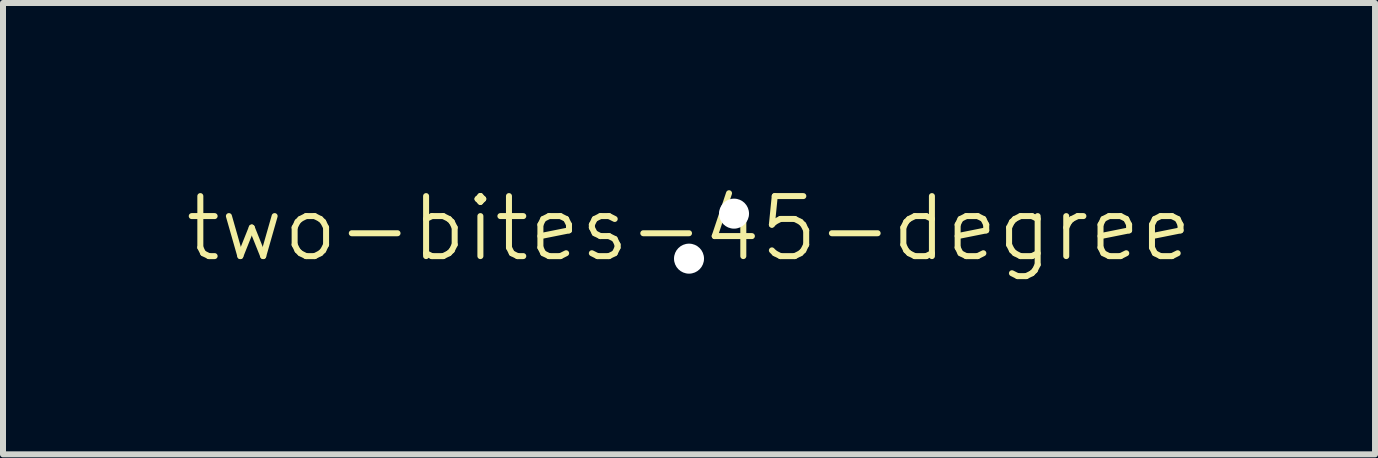
<source format=kicad_pcb>
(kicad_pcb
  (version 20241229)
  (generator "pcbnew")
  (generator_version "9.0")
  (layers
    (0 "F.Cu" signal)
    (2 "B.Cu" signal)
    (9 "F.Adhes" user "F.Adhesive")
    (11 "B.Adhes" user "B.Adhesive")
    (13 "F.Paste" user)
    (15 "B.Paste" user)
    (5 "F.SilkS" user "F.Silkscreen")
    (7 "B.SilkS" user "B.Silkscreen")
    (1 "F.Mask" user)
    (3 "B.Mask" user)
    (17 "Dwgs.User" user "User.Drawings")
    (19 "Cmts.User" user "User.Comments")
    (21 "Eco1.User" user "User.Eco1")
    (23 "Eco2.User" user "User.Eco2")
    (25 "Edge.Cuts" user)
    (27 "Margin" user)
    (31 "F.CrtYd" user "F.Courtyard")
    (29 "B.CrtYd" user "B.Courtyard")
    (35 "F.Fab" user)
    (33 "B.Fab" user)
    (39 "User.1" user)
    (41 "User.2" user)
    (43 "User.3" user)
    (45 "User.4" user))
  (footprint "two-bites-45-degree"
    (layer "F.Cu")
    (at 8.431 1.26)
    (property "Reference" "two-bites-45-degree" (at 0 -0.5 0) (unlocked yes) (layer "F.SilkS") (effects (font (size 1 1) (thickness 0.1))))
    (attr through_hole)
    (pad "" np_thru_hole circle (at 0 0) (size 0.5 0.5) (drill 0.5) (layers "*.Cu" "*.Mask"))
    (pad "" np_thru_hole circle (at 0.75 -0.75) (size 0.5 0.5) (drill 0.5) (layers "*.Cu" "*.Mask")))
  (gr_rect
    (start -3 -3)
    (end 19.862 4.521)
    (stroke (width 0.1) (type default))
    (fill no)
    (layer "Edge.Cuts")))
</source>
